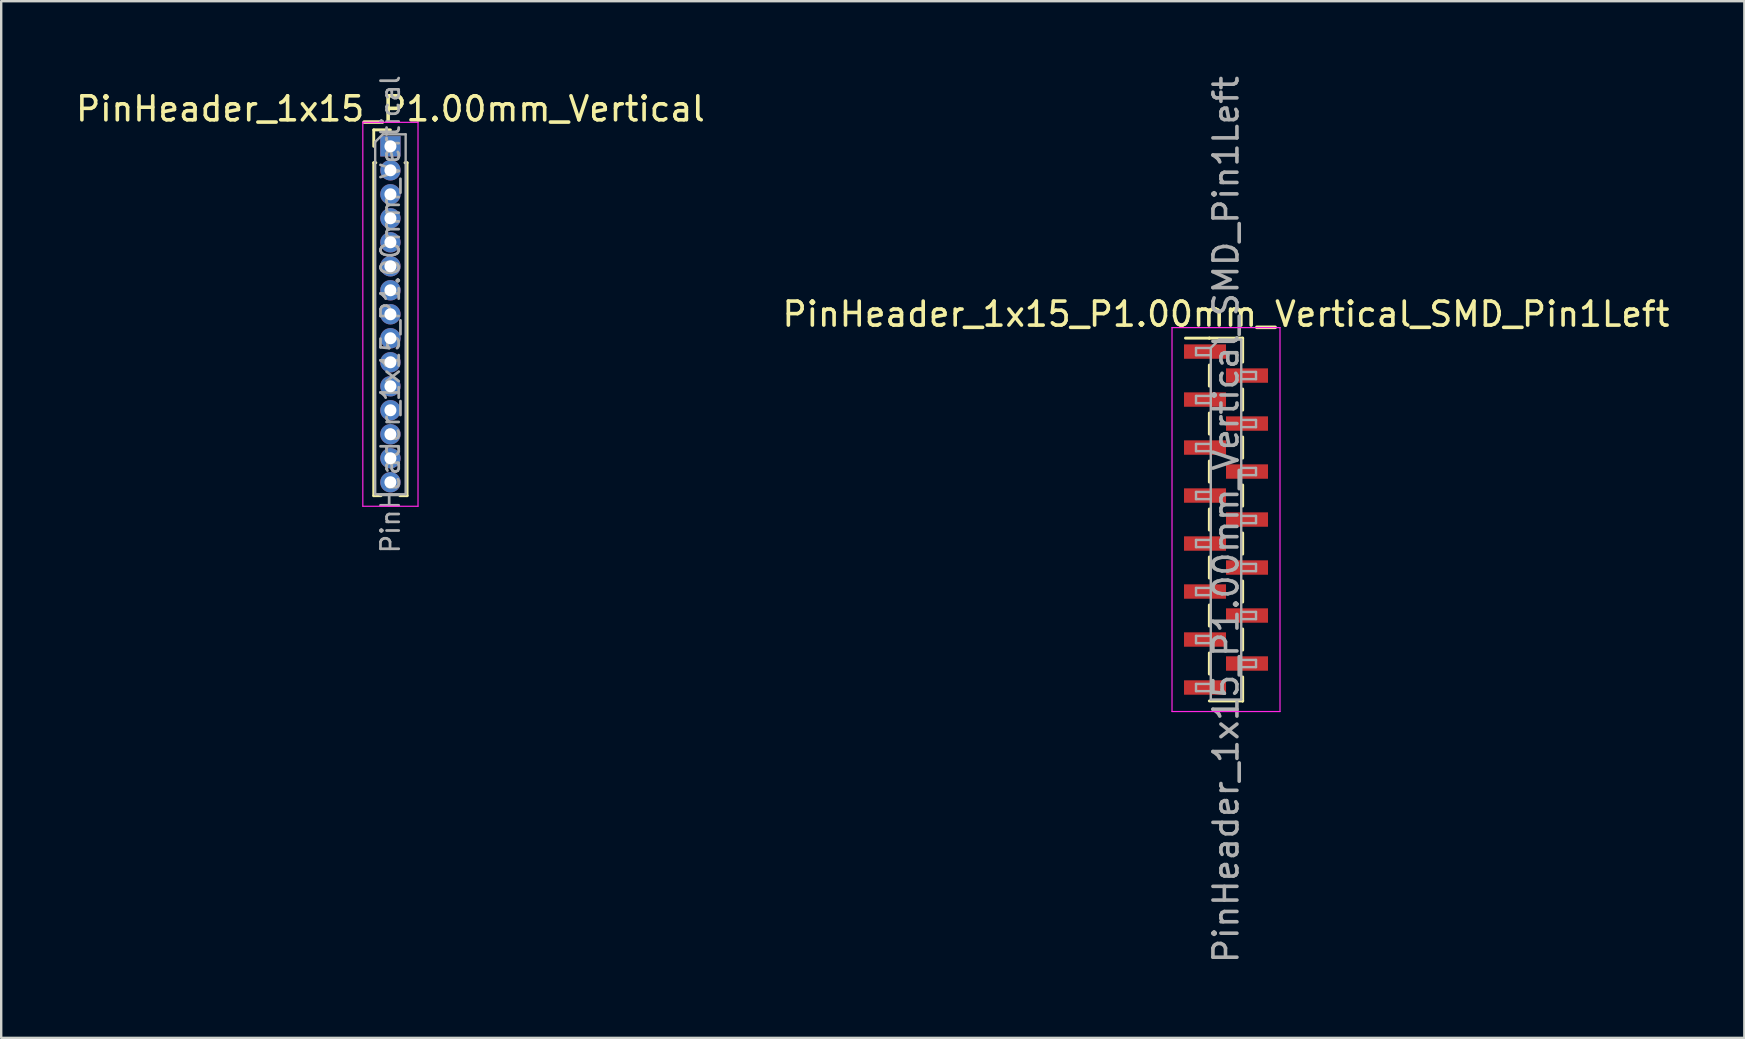
<source format=kicad_pcb>
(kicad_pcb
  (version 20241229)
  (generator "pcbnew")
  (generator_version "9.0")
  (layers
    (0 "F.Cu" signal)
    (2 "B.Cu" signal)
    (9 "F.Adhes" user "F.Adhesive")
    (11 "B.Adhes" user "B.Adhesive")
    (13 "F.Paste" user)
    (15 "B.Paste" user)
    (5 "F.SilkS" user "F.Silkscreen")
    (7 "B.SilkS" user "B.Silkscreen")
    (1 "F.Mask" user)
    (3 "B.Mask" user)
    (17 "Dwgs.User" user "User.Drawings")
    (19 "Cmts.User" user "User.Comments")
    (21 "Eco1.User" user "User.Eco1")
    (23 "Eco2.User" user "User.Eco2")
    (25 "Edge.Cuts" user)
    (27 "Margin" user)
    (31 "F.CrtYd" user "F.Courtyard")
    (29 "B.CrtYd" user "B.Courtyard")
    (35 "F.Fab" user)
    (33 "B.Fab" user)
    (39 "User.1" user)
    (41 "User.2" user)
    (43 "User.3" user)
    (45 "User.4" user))
  (footprint "PinHeader_1x15_P1.00mm_Vertical_SMD_Pin1Left"
    (layer "F.Cu")
    (at 48.042 18.601)
    (property "Reference" "PinHeader_1x15_P1.00mm_Vertical_SMD_Pin1Left" (at 0 -8.56 0) (layer "F.SilkS") (effects (font (size 1 1) (thickness 0.15))))
    (attr smd)
    (fp_line (start -0.695 -7.56) (end -1.69 -7.56) (stroke (width 0.12) (type solid)) (layer "F.SilkS"))
    (fp_line (start -0.695 -7.56) (end -0.695 -7.56) (stroke (width 0.12) (type solid)) (layer "F.SilkS"))
    (fp_line (start -0.695 -7.56) (end 0.695 -7.56) (stroke (width 0.12) (type solid)) (layer "F.SilkS"))
    (fp_line (start -0.695 -6.44) (end -0.695 -5.56) (stroke (width 0.12) (type solid)) (layer "F.SilkS"))
    (fp_line (start -0.695 -4.44) (end -0.695 -3.56) (stroke (width 0.12) (type solid)) (layer "F.SilkS"))
    (fp_line (start -0.695 -2.44) (end -0.695 -1.56) (stroke (width 0.12) (type solid)) (layer "F.SilkS"))
    (fp_line (start -0.695 -0.44) (end -0.695 0.44) (stroke (width 0.12) (type solid)) (layer "F.SilkS"))
    (fp_line (start -0.695 1.56) (end -0.695 2.44) (stroke (width 0.12) (type solid)) (layer "F.SilkS"))
    (fp_line (start -0.695 3.56) (end -0.695 4.44) (stroke (width 0.12) (type solid)) (layer "F.SilkS"))
    (fp_line (start -0.695 5.56) (end -0.695 6.44) (stroke (width 0.12) (type solid)) (layer "F.SilkS"))
    (fp_line (start -0.695 7.56) (end 0.695 7.56) (stroke (width 0.12) (type solid)) (layer "F.SilkS"))
    (fp_line (start 0.695 -7.56) (end 0.695 -6.56) (stroke (width 0.12) (type solid)) (layer "F.SilkS"))
    (fp_line (start 0.695 -5.44) (end 0.695 -4.56) (stroke (width 0.12) (type solid)) (layer "F.SilkS"))
    (fp_line (start 0.695 -3.44) (end 0.695 -2.56) (stroke (width 0.12) (type solid)) (layer "F.SilkS"))
    (fp_line (start 0.695 -1.44) (end 0.695 -0.56) (stroke (width 0.12) (type solid)) (layer "F.SilkS"))
    (fp_line (start 0.695 0.56) (end 0.695 1.44) (stroke (width 0.12) (type solid)) (layer "F.SilkS"))
    (fp_line (start 0.695 2.56) (end 0.695 3.44) (stroke (width 0.12) (type solid)) (layer "F.SilkS"))
    (fp_line (start 0.695 4.56) (end 0.695 5.44) (stroke (width 0.12) (type solid)) (layer "F.SilkS"))
    (fp_line (start 0.695 6.56) (end 0.695 7.56) (stroke (width 0.12) (type solid)) (layer "F.SilkS"))
    (fp_line (start 0.695 7.56) (end 0.695 7.56) (stroke (width 0.12) (type solid)) (layer "F.SilkS"))
    (fp_line (start -2.25 -8) (end -2.25 8) (stroke (width 0.05) (type solid)) (layer "F.CrtYd"))
    (fp_line (start -2.25 8) (end 2.25 8) (stroke (width 0.05) (type solid)) (layer "F.CrtYd"))
    (fp_line (start 2.25 -8) (end -2.25 -8) (stroke (width 0.05) (type solid)) (layer "F.CrtYd"))
    (fp_line (start 2.25 8) (end 2.25 -8) (stroke (width 0.05) (type solid)) (layer "F.CrtYd"))
    (fp_line (start -1.25 -7.15) (end -1.25 -6.85) (stroke (width 0.1) (type solid)) (layer "F.Fab"))
    (fp_line (start -1.25 -6.85) (end -0.635 -6.85) (stroke (width 0.1) (type solid)) (layer "F.Fab"))
    (fp_line (start -1.25 -5.15) (end -1.25 -4.85) (stroke (width 0.1) (type solid)) (layer "F.Fab"))
    (fp_line (start -1.25 -4.85) (end -0.635 -4.85) (stroke (width 0.1) (type solid)) (layer "F.Fab"))
    (fp_line (start -1.25 -3.15) (end -1.25 -2.85) (stroke (width 0.1) (type solid)) (layer "F.Fab"))
    (fp_line (start -1.25 -2.85) (end -0.635 -2.85) (stroke (width 0.1) (type solid)) (layer "F.Fab"))
    (fp_line (start -1.25 -1.15) (end -1.25 -0.85) (stroke (width 0.1) (type solid)) (layer "F.Fab"))
    (fp_line (start -1.25 -0.85) (end -0.635 -0.85) (stroke (width 0.1) (type solid)) (layer "F.Fab"))
    (fp_line (start -1.25 0.85) (end -1.25 1.15) (stroke (width 0.1) (type solid)) (layer "F.Fab"))
    (fp_line (start -1.25 1.15) (end -0.635 1.15) (stroke (width 0.1) (type solid)) (layer "F.Fab"))
    (fp_line (start -1.25 2.85) (end -1.25 3.15) (stroke (width 0.1) (type solid)) (layer "F.Fab"))
    (fp_line (start -1.25 3.15) (end -0.635 3.15) (stroke (width 0.1) (type solid)) (layer "F.Fab"))
    (fp_line (start -1.25 4.85) (end -1.25 5.15) (stroke (width 0.1) (type solid)) (layer "F.Fab"))
    (fp_line (start -1.25 5.15) (end -0.635 5.15) (stroke (width 0.1) (type solid)) (layer "F.Fab"))
    (fp_line (start -1.25 6.85) (end -1.25 7.15) (stroke (width 0.1) (type solid)) (layer "F.Fab"))
    (fp_line (start -1.25 7.15) (end -0.635 7.15) (stroke (width 0.1) (type solid)) (layer "F.Fab"))
    (fp_line (start -0.635 -7.15) (end -1.25 -7.15) (stroke (width 0.1) (type solid)) (layer "F.Fab"))
    (fp_line (start -0.635 -7.15) (end -0.285 -7.5) (stroke (width 0.1) (type solid)) (layer "F.Fab"))
    (fp_line (start -0.635 -5.15) (end -1.25 -5.15) (stroke (width 0.1) (type solid)) (layer "F.Fab"))
    (fp_line (start -0.635 -3.15) (end -1.25 -3.15) (stroke (width 0.1) (type solid)) (layer "F.Fab"))
    (fp_line (start -0.635 -1.15) (end -1.25 -1.15) (stroke (width 0.1) (type solid)) (layer "F.Fab"))
    (fp_line (start -0.635 0.85) (end -1.25 0.85) (stroke (width 0.1) (type solid)) (layer "F.Fab"))
    (fp_line (start -0.635 2.85) (end -1.25 2.85) (stroke (width 0.1) (type solid)) (layer "F.Fab"))
    (fp_line (start -0.635 4.85) (end -1.25 4.85) (stroke (width 0.1) (type solid)) (layer "F.Fab"))
    (fp_line (start -0.635 6.85) (end -1.25 6.85) (stroke (width 0.1) (type solid)) (layer "F.Fab"))
    (fp_line (start -0.635 7.5) (end -0.635 -7.15) (stroke (width 0.1) (type solid)) (layer "F.Fab"))
    (fp_line (start -0.285 -7.5) (end 0.635 -7.5) (stroke (width 0.1) (type solid)) (layer "F.Fab"))
    (fp_line (start 0.635 -7.5) (end 0.635 7.5) (stroke (width 0.1) (type solid)) (layer "F.Fab"))
    (fp_line (start 0.635 -6.15) (end 1.25 -6.15) (stroke (width 0.1) (type solid)) (layer "F.Fab"))
    (fp_line (start 0.635 -4.15) (end 1.25 -4.15) (stroke (width 0.1) (type solid)) (layer "F.Fab"))
    (fp_line (start 0.635 -2.15) (end 1.25 -2.15) (stroke (width 0.1) (type solid)) (layer "F.Fab"))
    (fp_line (start 0.635 -0.15) (end 1.25 -0.15) (stroke (width 0.1) (type solid)) (layer "F.Fab"))
    (fp_line (start 0.635 1.85) (end 1.25 1.85) (stroke (width 0.1) (type solid)) (layer "F.Fab"))
    (fp_line (start 0.635 3.85) (end 1.25 3.85) (stroke (width 0.1) (type solid)) (layer "F.Fab"))
    (fp_line (start 0.635 5.85) (end 1.25 5.85) (stroke (width 0.1) (type solid)) (layer "F.Fab"))
    (fp_line (start 0.635 7.5) (end -0.635 7.5) (stroke (width 0.1) (type solid)) (layer "F.Fab"))
    (fp_line (start 1.25 -6.15) (end 1.25 -5.85) (stroke (width 0.1) (type solid)) (layer "F.Fab"))
    (fp_line (start 1.25 -5.85) (end 0.635 -5.85) (stroke (width 0.1) (type solid)) (layer "F.Fab"))
    (fp_line (start 1.25 -4.15) (end 1.25 -3.85) (stroke (width 0.1) (type solid)) (layer "F.Fab"))
    (fp_line (start 1.25 -3.85) (end 0.635 -3.85) (stroke (width 0.1) (type solid)) (layer "F.Fab"))
    (fp_line (start 1.25 -2.15) (end 1.25 -1.85) (stroke (width 0.1) (type solid)) (layer "F.Fab"))
    (fp_line (start 1.25 -1.85) (end 0.635 -1.85) (stroke (width 0.1) (type solid)) (layer "F.Fab"))
    (fp_line (start 1.25 -0.15) (end 1.25 0.15) (stroke (width 0.1) (type solid)) (layer "F.Fab"))
    (fp_line (start 1.25 0.15) (end 0.635 0.15) (stroke (width 0.1) (type solid)) (layer "F.Fab"))
    (fp_line (start 1.25 1.85) (end 1.25 2.15) (stroke (width 0.1) (type solid)) (layer "F.Fab"))
    (fp_line (start 1.25 2.15) (end 0.635 2.15) (stroke (width 0.1) (type solid)) (layer "F.Fab"))
    (fp_line (start 1.25 3.85) (end 1.25 4.15) (stroke (width 0.1) (type solid)) (layer "F.Fab"))
    (fp_line (start 1.25 4.15) (end 0.635 4.15) (stroke (width 0.1) (type solid)) (layer "F.Fab"))
    (fp_line (start 1.25 5.85) (end 1.25 6.15) (stroke (width 0.1) (type solid)) (layer "F.Fab"))
    (fp_line (start 1.25 6.15) (end 0.635 6.15) (stroke (width 0.1) (type solid)) (layer "F.Fab"))
    (fp_text user "${REFERENCE}" (at 0 0 90) (layer "F.Fab") (effects (font (size 1 1) (thickness 0.15))))
    (pad "1" smd rect (at -0.875 -7) (size 1.75 0.6) (layers "F.Cu" "F.Mask" "F.Paste"))
    (pad "2" smd rect (at 0.875 -6) (size 1.75 0.6) (layers "F.Cu" "F.Mask" "F.Paste"))
    (pad "3" smd rect (at -0.875 -5) (size 1.75 0.6) (layers "F.Cu" "F.Mask" "F.Paste"))
    (pad "4" smd rect (at 0.875 -4) (size 1.75 0.6) (layers "F.Cu" "F.Mask" "F.Paste"))
    (pad "5" smd rect (at -0.875 -3) (size 1.75 0.6) (layers "F.Cu" "F.Mask" "F.Paste"))
    (pad "6" smd rect (at 0.875 -2) (size 1.75 0.6) (layers "F.Cu" "F.Mask" "F.Paste"))
    (pad "7" smd rect (at -0.875 -1) (size 1.75 0.6) (layers "F.Cu" "F.Mask" "F.Paste"))
    (pad "8" smd rect (at 0.875 0) (size 1.75 0.6) (layers "F.Cu" "F.Mask" "F.Paste"))
    (pad "9" smd rect (at -0.875 1) (size 1.75 0.6) (layers "F.Cu" "F.Mask" "F.Paste"))
    (pad "10" smd rect (at 0.875 2) (size 1.75 0.6) (layers "F.Cu" "F.Mask" "F.Paste"))
    (pad "11" smd rect (at -0.875 3) (size 1.75 0.6) (layers "F.Cu" "F.Mask" "F.Paste"))
    (pad "12" smd rect (at 0.875 4) (size 1.75 0.6) (layers "F.Cu" "F.Mask" "F.Paste"))
    (pad "13" smd rect (at -0.875 5) (size 1.75 0.6) (layers "F.Cu" "F.Mask" "F.Paste"))
    (pad "14" smd rect (at 0.875 6) (size 1.75 0.6) (layers "F.Cu" "F.Mask" "F.Paste"))
    (pad "15" smd rect (at -0.875 7) (size 1.75 0.6) (layers "F.Cu" "F.Mask" "F.Paste")))
  (footprint "PinHeader_1x15_P1.00mm_Vertical"
    (layer "F.Cu")
    (at 13.22 3.047)
    (property "Reference" "PinHeader_1x15_P1.00mm_Vertical" (at 0 -1.56 0) (layer "F.SilkS") (effects (font (size 1 1) (thickness 0.15))))
    (attr through_hole)
    (fp_line (start -0.695 -0.685) (end 0 -0.685) (stroke (width 0.12) (type solid)) (layer "F.SilkS"))
    (fp_line (start -0.695 0) (end -0.695 -0.685) (stroke (width 0.12) (type solid)) (layer "F.SilkS"))
    (fp_line (start -0.695 0.685) (end -0.695 14.56) (stroke (width 0.12) (type solid)) (layer "F.SilkS"))
    (fp_line (start -0.695 0.685) (end -0.608 0.685) (stroke (width 0.12) (type solid)) (layer "F.SilkS"))
    (fp_line (start -0.695 14.56) (end -0.394 14.56) (stroke (width 0.12) (type solid)) (layer "F.SilkS"))
    (fp_line (start 0.394 14.56) (end 0.695 14.56) (stroke (width 0.12) (type solid)) (layer "F.SilkS"))
    (fp_line (start 0.608 0.685) (end 0.695 0.685) (stroke (width 0.12) (type solid)) (layer "F.SilkS"))
    (fp_line (start 0.695 0.685) (end 0.695 14.56) (stroke (width 0.12) (type solid)) (layer "F.SilkS"))
    (fp_line (start -1.15 -1) (end -1.15 15) (stroke (width 0.05) (type solid)) (layer "F.CrtYd"))
    (fp_line (start -1.15 15) (end 1.15 15) (stroke (width 0.05) (type solid)) (layer "F.CrtYd"))
    (fp_line (start 1.15 -1) (end -1.15 -1) (stroke (width 0.05) (type solid)) (layer "F.CrtYd"))
    (fp_line (start 1.15 15) (end 1.15 -1) (stroke (width 0.05) (type solid)) (layer "F.CrtYd"))
    (fp_line (start -0.635 -0.182) (end -0.318 -0.5) (stroke (width 0.1) (type solid)) (layer "F.Fab"))
    (fp_line (start -0.635 14.5) (end -0.635 -0.182) (stroke (width 0.1) (type solid)) (layer "F.Fab"))
    (fp_line (start -0.318 -0.5) (end 0.635 -0.5) (stroke (width 0.1) (type solid)) (layer "F.Fab"))
    (fp_line (start 0.635 -0.5) (end 0.635 14.5) (stroke (width 0.1) (type solid)) (layer "F.Fab"))
    (fp_line (start 0.635 14.5) (end -0.635 14.5) (stroke (width 0.1) (type solid)) (layer "F.Fab"))
    (fp_text user "${REFERENCE}" (at 0 7 90) (layer "F.Fab") (effects (font (size 0.76 0.76) (thickness 0.114))))
    (pad "1" thru_hole rect (at 0 0) (size 0.85 0.85) (drill 0.5) (layers "*.Cu" "*.Mask"))
    (pad "2" thru_hole oval (at 0 1) (size 0.85 0.85) (drill 0.5) (layers "*.Cu" "*.Mask"))
    (pad "3" thru_hole oval (at 0 2) (size 0.85 0.85) (drill 0.5) (layers "*.Cu" "*.Mask"))
    (pad "4" thru_hole oval (at 0 3) (size 0.85 0.85) (drill 0.5) (layers "*.Cu" "*.Mask"))
    (pad "5" thru_hole oval (at 0 4) (size 0.85 0.85) (drill 0.5) (layers "*.Cu" "*.Mask"))
    (pad "6" thru_hole oval (at 0 5) (size 0.85 0.85) (drill 0.5) (layers "*.Cu" "*.Mask"))
    (pad "7" thru_hole oval (at 0 6) (size 0.85 0.85) (drill 0.5) (layers "*.Cu" "*.Mask"))
    (pad "8" thru_hole oval (at 0 7) (size 0.85 0.85) (drill 0.5) (layers "*.Cu" "*.Mask"))
    (pad "9" thru_hole oval (at 0 8) (size 0.85 0.85) (drill 0.5) (layers "*.Cu" "*.Mask"))
    (pad "10" thru_hole oval (at 0 9) (size 0.85 0.85) (drill 0.5) (layers "*.Cu" "*.Mask"))
    (pad "11" thru_hole oval (at 0 10) (size 0.85 0.85) (drill 0.5) (layers "*.Cu" "*.Mask"))
    (pad "12" thru_hole oval (at 0 11) (size 0.85 0.85) (drill 0.5) (layers "*.Cu" "*.Mask"))
    (pad "13" thru_hole oval (at 0 12) (size 0.85 0.85) (drill 0.5) (layers "*.Cu" "*.Mask"))
    (pad "14" thru_hole oval (at 0 13) (size 0.85 0.85) (drill 0.5) (layers "*.Cu" "*.Mask"))
    (pad "15" thru_hole oval (at 0 14) (size 0.85 0.85) (drill 0.5) (layers "*.Cu" "*.Mask")))
  (gr_rect
    (start -3 -3)
    (end 69.643 40.202)
    (stroke (width 0.1) (type default))
    (fill no)
    (layer "Edge.Cuts")))
</source>
